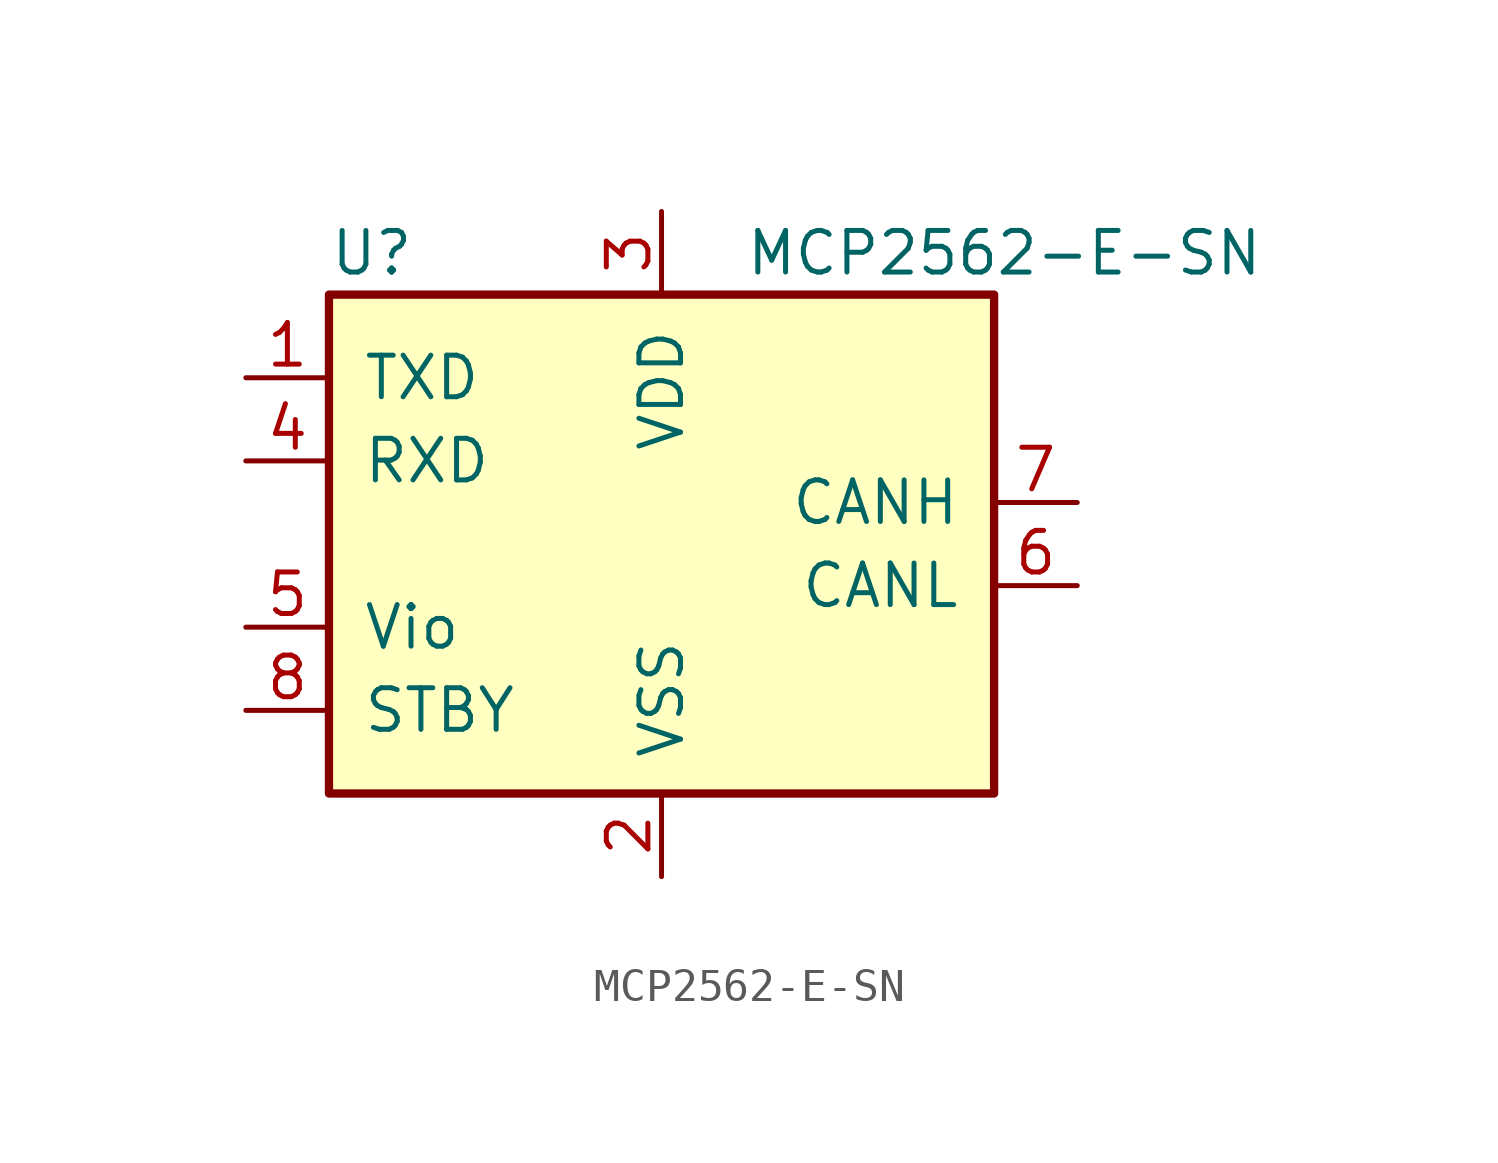
<source format=kicad_sym>
(kicad_symbol_lib
  (version 20211014)
  (generator kicad_symbol_editor)
  (symbol "MCP2562-E-SN"
    (pin_names
      (offset 1.016))
    (property "Reference" "U"
      (at -10.16 8.89 0)
      (effects (font (size 1.27 1.27)) (justify left)))
    (property "Value" "MCP2562-E-SN"
      (at 2.54 8.89 0)
      (effects (font (size 1.27 1.27)) (justify left)))
    (symbol "MCP2562-E-SN_0_1"
      (rectangle (start -10.16 7.62) (end 10.16 -7.62) (stroke (width 0.254) (type default) (color 0 0 0 0)) (fill (type background))))
    (symbol "MCP2562-E-SN_1_1"
      (pin input line (at -12.7 5.08 0) (length 2.54) (name "TXD" (effects (font (size 1.27 1.27)))) (number "1" (effects (font (size 1.27 1.27)))))
      (pin power_in line (at 0 -10.16 90) (length 2.54) (name "VSS" (effects (font (size 1.27 1.27)))) (number "2" (effects (font (size 1.27 1.27)))))
      (pin power_in line (at 0 10.16 270) (length 2.54) (name "VDD" (effects (font (size 1.27 1.27)))) (number "3" (effects (font (size 1.27 1.27)))))
      (pin output line (at -12.7 2.54 0) (length 2.54) (name "RXD" (effects (font (size 1.27 1.27)))) (number "4" (effects (font (size 1.27 1.27)))))
      (pin power_in line (at -12.7 -2.54 0) (length 2.54) (name "Vio" (effects (font (size 1.27 1.27)))) (number "5" (effects (font (size 1.27 1.27)))))
      (pin bidirectional line (at 12.7 -1.27 180) (length 2.54) (name "CANL" (effects (font (size 1.27 1.27)))) (number "6" (effects (font (size 1.27 1.27)))))
      (pin bidirectional line (at 12.7 1.27 180) (length 2.54) (name "CANH" (effects (font (size 1.27 1.27)))) (number "7" (effects (font (size 1.27 1.27)))))
      (pin input line (at -12.7 -5.08 0) (length 2.54) (name "STBY" (effects (font (size 1.27 1.27)))) (number "8" (effects (font (size 1.27 1.27))))))))
</source>
